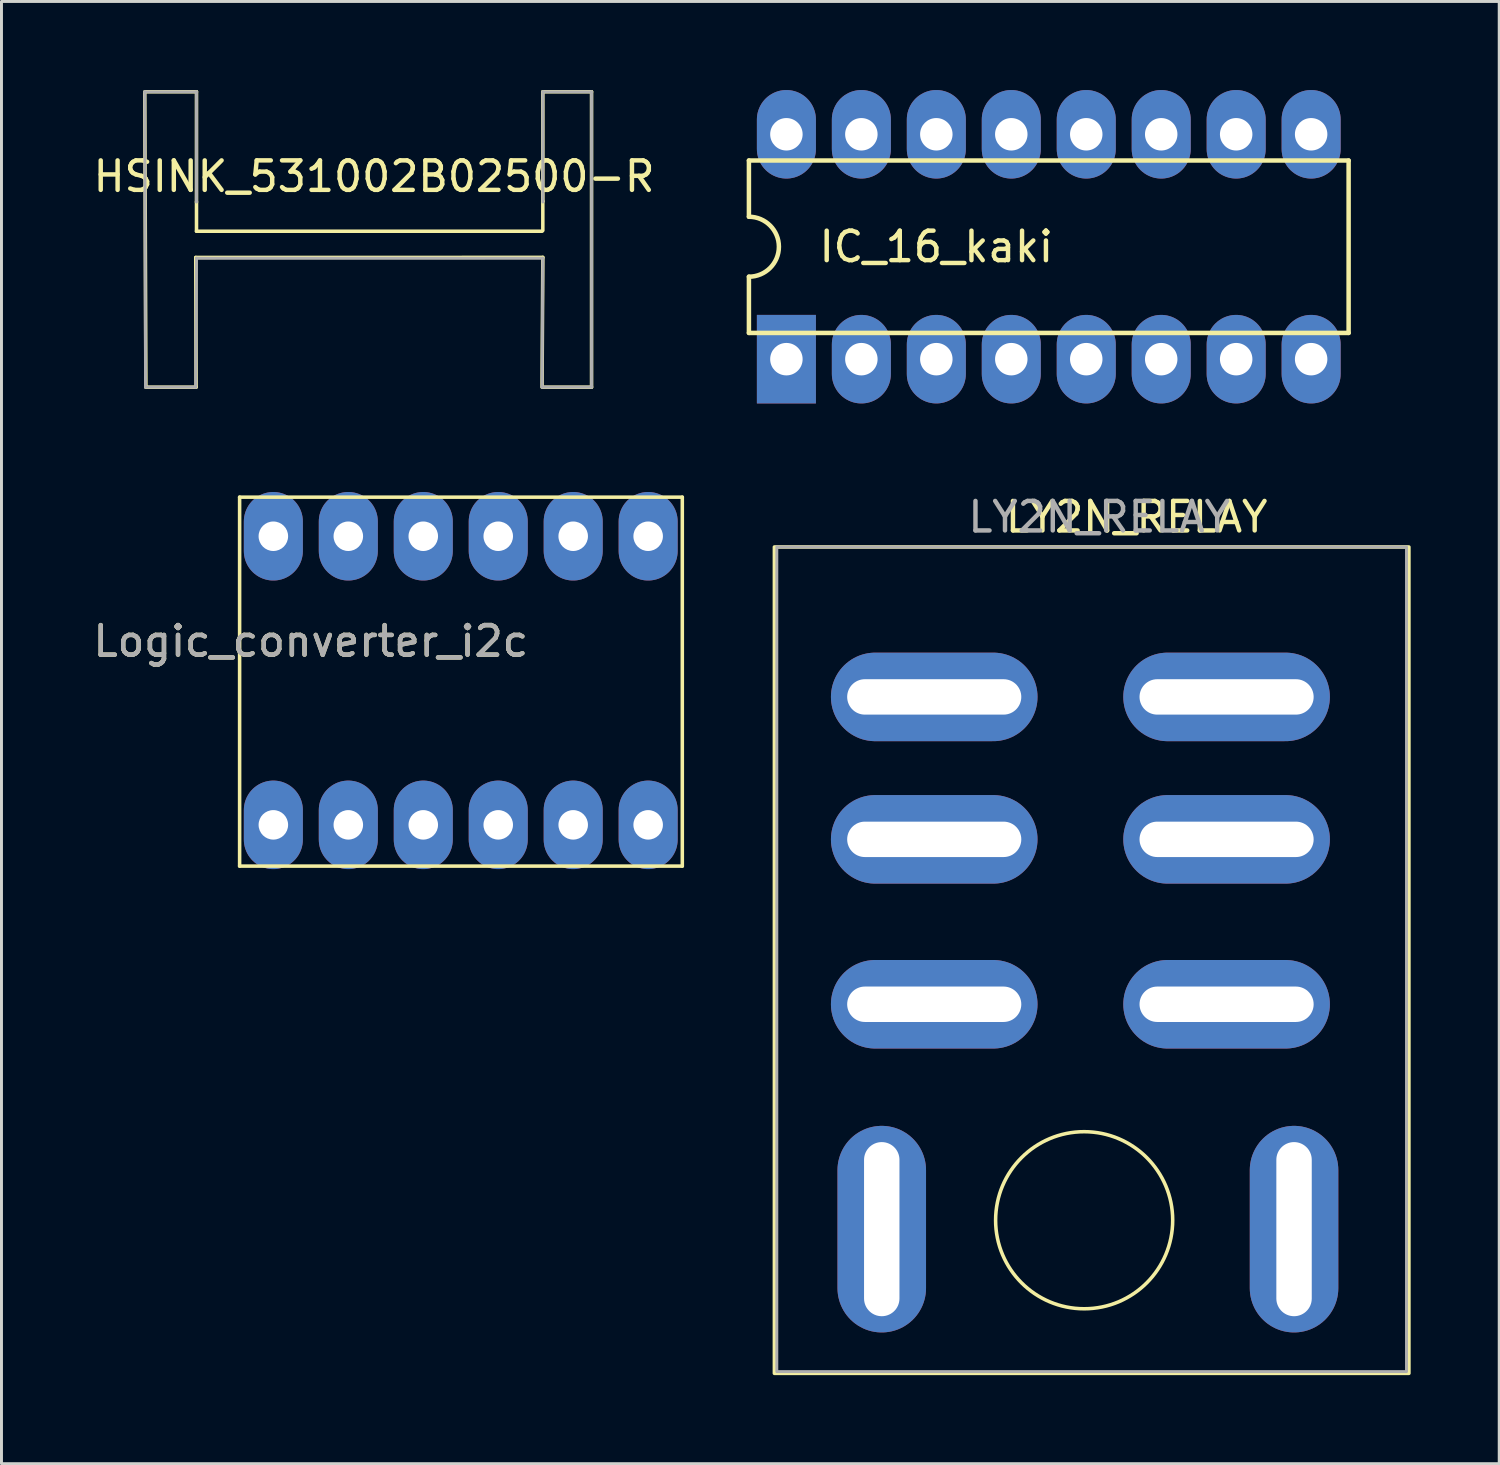
<source format=kicad_pcb>
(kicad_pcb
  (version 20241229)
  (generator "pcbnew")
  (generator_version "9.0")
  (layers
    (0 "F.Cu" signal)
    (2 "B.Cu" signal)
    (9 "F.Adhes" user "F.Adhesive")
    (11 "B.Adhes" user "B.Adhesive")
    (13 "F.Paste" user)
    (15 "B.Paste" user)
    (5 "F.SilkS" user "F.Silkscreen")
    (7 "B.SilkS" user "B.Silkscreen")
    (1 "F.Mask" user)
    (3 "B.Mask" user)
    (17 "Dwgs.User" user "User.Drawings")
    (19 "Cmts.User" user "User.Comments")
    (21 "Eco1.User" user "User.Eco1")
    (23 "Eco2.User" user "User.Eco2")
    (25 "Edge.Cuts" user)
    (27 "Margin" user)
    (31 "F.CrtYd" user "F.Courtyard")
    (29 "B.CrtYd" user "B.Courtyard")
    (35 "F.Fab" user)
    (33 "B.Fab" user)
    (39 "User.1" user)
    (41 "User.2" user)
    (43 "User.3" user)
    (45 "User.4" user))
  (footprint "HSINK_531002B02500-R"
    (layer "F.Cu")
    (at 9.45 5.064)
    (property "Reference" "HSINK_531002B02500-R" (at 0.175 -2.135 0) (layer "F.SilkS") (effects (font (size 1 1) (thickness 0.15))))
    (attr through_hole)
    (fp_line (start -7.595 -4.953) (end -7.556 5.004) (stroke (width 0.12) (type solid)) (layer "F.SilkS"))
    (fp_line (start -5.867 0.61) (end -5.855 5.004) (stroke (width 0.12) (type solid)) (layer "F.SilkS"))
    (fp_line (start -5.855 5.004) (end -7.556 5.004) (stroke (width 0.12) (type solid)) (layer "F.SilkS"))
    (fp_line (start -5.842 -5.004) (end -7.595 -5.004) (stroke (width 0.12) (type solid)) (layer "F.SilkS"))
    (fp_line (start -5.842 -1.27) (end -5.842 -5.004) (stroke (width 0.12) (type solid)) (layer "F.SilkS"))
    (fp_line (start -5.842 -1.27) (end -5.842 -0.279) (stroke (width 0.12) (type solid)) (layer "F.SilkS"))
    (fp_line (start -5.842 -0.279) (end 5.867 -0.279) (stroke (width 0.12) (type solid)) (layer "F.SilkS"))
    (fp_line (start 5.893 -5.004) (end 7.544 -5.004) (stroke (width 0.12) (type solid)) (layer "F.SilkS"))
    (fp_line (start 5.893 -1.295) (end 5.893 -5.004) (stroke (width 0.12) (type solid)) (layer "F.SilkS"))
    (fp_line (start 5.893 -0.305) (end 5.893 -1.295) (stroke (width 0.12) (type solid)) (layer "F.SilkS"))
    (fp_line (start 5.893 0.607) (end -5.867 0.61) (stroke (width 0.12) (type solid)) (layer "F.SilkS"))
    (fp_line (start 5.893 0.607) (end 5.867 5.004) (stroke (width 0.12) (type solid)) (layer "F.SilkS"))
    (fp_line (start 5.893 5.004) (end 7.544 5.004) (stroke (width 0.12) (type solid)) (layer "F.SilkS"))
    (fp_line (start 7.544 -5.004) (end 7.544 5.004) (stroke (width 0.12) (type solid)) (layer "F.SilkS"))
    (fp_line (start -7.595 -5.004) (end -7.569 5.004) (stroke (width 0.1) (type solid)) (layer "F.Fab"))
    (fp_line (start -7.569 5.004) (end -5.867 5.004) (stroke (width 0.1) (type solid)) (layer "F.Fab"))
    (fp_line (start -5.867 5.004) (end -5.842 0.635) (stroke (width 0.1) (type solid)) (layer "F.Fab"))
    (fp_line (start -5.842 -5.004) (end -7.595 -5.004) (stroke (width 0.1) (type solid)) (layer "F.Fab"))
    (fp_line (start -5.842 -1.27) (end -5.842 -5.004) (stroke (width 0.1) (type solid)) (layer "F.Fab"))
    (fp_line (start -5.842 0.635) (end 5.893 0.635) (stroke (width 0.1) (type solid)) (layer "F.Fab"))
    (fp_line (start 5.867 5.004) (end 7.544 5.004) (stroke (width 0.1) (type solid)) (layer "F.Fab"))
    (fp_line (start 5.893 -5.004) (end 5.893 -1.27) (stroke (width 0.1) (type solid)) (layer "F.Fab"))
    (fp_line (start 5.893 0.635) (end 5.867 5.004) (stroke (width 0.1) (type solid)) (layer "F.Fab"))
    (fp_line (start 7.544 -5.004) (end 5.893 -5.004) (stroke (width 0.1) (type solid)) (layer "F.Fab"))
    (fp_line (start 7.544 5.004) (end 7.544 -5.004) (stroke (width 0.1) (type solid)) (layer "F.Fab")))
  (footprint "Logic_converter_i2c"
    (layer "F.Cu")
    (at 5.069 26.296)
    (property "Reference" "Logic_converter_i2c" (at 2.413 -7.62 0) (unlocked yes) (layer "F.SilkS") (effects (font (size 1 1) (thickness 0.15))))
    (attr through_hole)
    (fp_line (start 0 -12.5) (end 15 -12.5) (stroke (width 0.12) (type solid)) (layer "F.SilkS"))
    (fp_line (start 0 0) (end 0 -12.5) (stroke (width 0.12) (type solid)) (layer "F.SilkS"))
    (fp_line (start 0 0) (end 15 0) (stroke (width 0.12) (type solid)) (layer "F.SilkS"))
    (fp_line (start 15 0) (end 15 -12.5) (stroke (width 0.12) (type solid)) (layer "F.SilkS"))
    (fp_text user "${REFERENCE}" (at 2.413 -7.62 0) (unlocked yes) (layer "F.Fab") (effects (font (size 1 1) (thickness 0.15))))
    (pad "1" thru_hole oval (at 1.143 -11.176) (size 2 3) (drill 1) (layers "*.Cu" "*.Mask"))
    (pad "2" thru_hole oval (at 3.683 -11.176) (size 2 3) (drill 1) (layers "*.Cu" "*.Mask"))
    (pad "3" thru_hole oval (at 6.223 -11.176) (size 2 3) (drill 1) (layers "*.Cu" "*.Mask"))
    (pad "4" thru_hole oval (at 8.763 -11.176) (size 2 3) (drill 1) (layers "*.Cu" "*.Mask"))
    (pad "5" thru_hole oval (at 11.303 -11.176) (size 2 3) (drill 1) (layers "*.Cu" "*.Mask"))
    (pad "6" thru_hole oval (at 13.843 -11.176) (size 2 3) (drill 1) (layers "*.Cu" "*.Mask"))
    (pad "7" thru_hole oval (at 1.143 -1.397) (size 2 3) (drill 1) (layers "*.Cu" "*.Mask"))
    (pad "8" thru_hole oval (at 3.683 -1.397) (size 2 3) (drill 1) (layers "*.Cu" "*.Mask"))
    (pad "9" thru_hole oval (at 6.223 -1.397) (size 2 3) (drill 1) (layers "*.Cu" "*.Mask"))
    (pad "10" thru_hole oval (at 8.763 -1.397) (size 2 3) (drill 1) (layers "*.Cu" "*.Mask"))
    (pad "11" thru_hole oval (at 11.303 -1.397) (size 2 3) (drill 1) (layers "*.Cu" "*.Mask"))
    (pad "12" thru_hole oval (at 13.843 -1.397) (size 2 3) (drill 1) (layers "*.Cu" "*.Mask")))
  (footprint "IC_16_kaki"
    (layer "F.Cu")
    (at 32.486 5.31)
    (property "Reference" "IC_16_kaki" (at -3.81 0 180) (layer "F.SilkS") (effects (font (size 1 1) (thickness 0.15))))
    (attr through_hole)
    (fp_line (start -10.16 -2.921) (end -10.16 -1.016) (stroke (width 0.152) (type solid)) (layer "F.SilkS"))
    (fp_line (start -10.16 2.921) (end -10.16 1.016) (stroke (width 0.152) (type solid)) (layer "F.SilkS"))
    (fp_line (start -10.16 2.921) (end 10.16 2.921) (stroke (width 0.152) (type solid)) (layer "F.SilkS"))
    (fp_line (start 10.16 -2.921) (end -10.16 -2.921) (stroke (width 0.152) (type solid)) (layer "F.SilkS"))
    (fp_line (start 10.16 -2.921) (end 10.16 2.921) (stroke (width 0.152) (type solid)) (layer "F.SilkS"))
    (fp_arc (start -10.16 -1.016) (mid -9.144 0) (end -10.16 1.016) (stroke (width 0.1524) (type solid)) (layer "F.SilkS"))
    (pad "1" thru_hole rect (at -8.89 3.81) (size 2 3) (drill 1.1) (layers "*.Cu" "*.Mask"))
    (pad "2" thru_hole oval (at -6.35 3.81) (size 2 3) (drill 1.1) (layers "*.Cu" "*.Mask"))
    (pad "3" thru_hole oval (at -3.81 3.81 90) (size 3 2) (drill 1.1) (layers "*.Cu" "*.Mask"))
    (pad "4" thru_hole oval (at -1.27 3.81) (size 2 3) (drill 1.1) (layers "*.Cu" "*.Mask"))
    (pad "5" thru_hole oval (at 1.27 3.81) (size 2 3) (drill 1.1) (layers "*.Cu" "*.Mask"))
    (pad "6" thru_hole oval (at 3.81 3.81) (size 2 3) (drill 1.1) (layers "*.Cu" "*.Mask"))
    (pad "7" thru_hole oval (at 6.35 3.81) (size 2 3) (drill 1.1) (layers "*.Cu" "*.Mask"))
    (pad "8" thru_hole oval (at 8.89 3.81) (size 2 3) (drill 1.1) (layers "*.Cu" "*.Mask"))
    (pad "9" thru_hole oval (at 8.89 -3.81) (size 2 3) (drill 1.1) (layers "*.Cu" "*.Mask"))
    (pad "10" thru_hole oval (at 6.35 -3.81) (size 2 3) (drill 1.1) (layers "*.Cu" "*.Mask"))
    (pad "11" thru_hole oval (at 3.81 -3.81) (size 2 3) (drill 1.1) (layers "*.Cu" "*.Mask"))
    (pad "12" thru_hole oval (at 1.27 -3.81) (size 2 3) (drill 1.1) (layers "*.Cu" "*.Mask"))
    (pad "13" thru_hole oval (at -1.27 -3.81) (size 2 3) (drill 1.1) (layers "*.Cu" "*.Mask"))
    (pad "14" thru_hole oval (at -3.81 -3.81) (size 2 3) (drill 1.1) (layers "*.Cu" "*.Mask"))
    (pad "15" thru_hole oval (at -6.35 -3.81) (size 2 3) (drill 1.1) (layers "*.Cu" "*.Mask"))
    (pad "16" thru_hole oval (at -8.89 -3.81) (size 2 3) (drill 1.1) (layers "*.Cu" "*.Mask")))
  (footprint "LY2N_RELAY"
    (layer "F.Cu")
    (at 34.193 14.976)
    (property "Reference" "LY2N_RELAY" (at 1.27 -0.508 0) (unlocked yes) (layer "F.SilkS") (effects (font (size 1 1) (thickness 0.15))))
    (attr through_hole)
    (fp_rect (start -11.004 0.508) (end 10.496 28.508) (stroke (width 0.12) (type solid)) (fill no) (layer "F.SilkS"))
    (fp_circle (center -0.508 23.32) (end 2.492 23.32) (stroke (width 0.12) (type solid)) (fill no) (layer "F.SilkS"))
    (fp_rect (start -10.922 0.508) (end 10.414 28.448) (stroke (width 0.1) (type solid)) (fill no) (layer "F.Fab"))
    (fp_text user "${REFERENCE}" (at 0 -0.508 0) (unlocked yes) (layer "F.Fab") (effects (font (size 1 1) (thickness 0.15))))
    (pad "1" thru_hole oval (at -5.588 5.588) (size 7 3) (drill oval 5.9 1.2) (layers "*.Cu" "*.Mask"))
    (pad "2" thru_hole oval (at 4.318 5.588) (size 7 3) (drill oval 5.9 1.2) (layers "*.Cu" "*.Mask"))
    (pad "3" thru_hole oval (at -5.588 10.414) (size 7 3) (drill oval 5.9 1.2) (layers "*.Cu" "*.Mask"))
    (pad "4" thru_hole oval (at 4.318 10.414) (size 7 3) (drill oval 5.9 1.2) (layers "*.Cu" "*.Mask"))
    (pad "5" thru_hole oval (at -5.588 16.002) (size 7 3) (drill oval 5.9 1.2) (layers "*.Cu" "*.Mask"))
    (pad "6" thru_hole oval (at 4.318 16.002) (size 7 3) (drill oval 5.9 1.2) (layers "*.Cu" "*.Mask"))
    (pad "7" thru_hole oval (at -7.366 23.622) (size 3 7) (drill oval 1.2 5.9) (layers "*.Cu" "*.Mask"))
    (pad "8" thru_hole oval (at 6.604 23.622) (size 3 7) (drill oval 1.2 5.9) (layers "*.Cu" "*.Mask")))
  (gr_rect
    (start -3 -3)
    (end 47.749 46.544)
    (stroke (width 0.1) (type default))
    (fill no)
    (layer "Edge.Cuts")))
</source>
